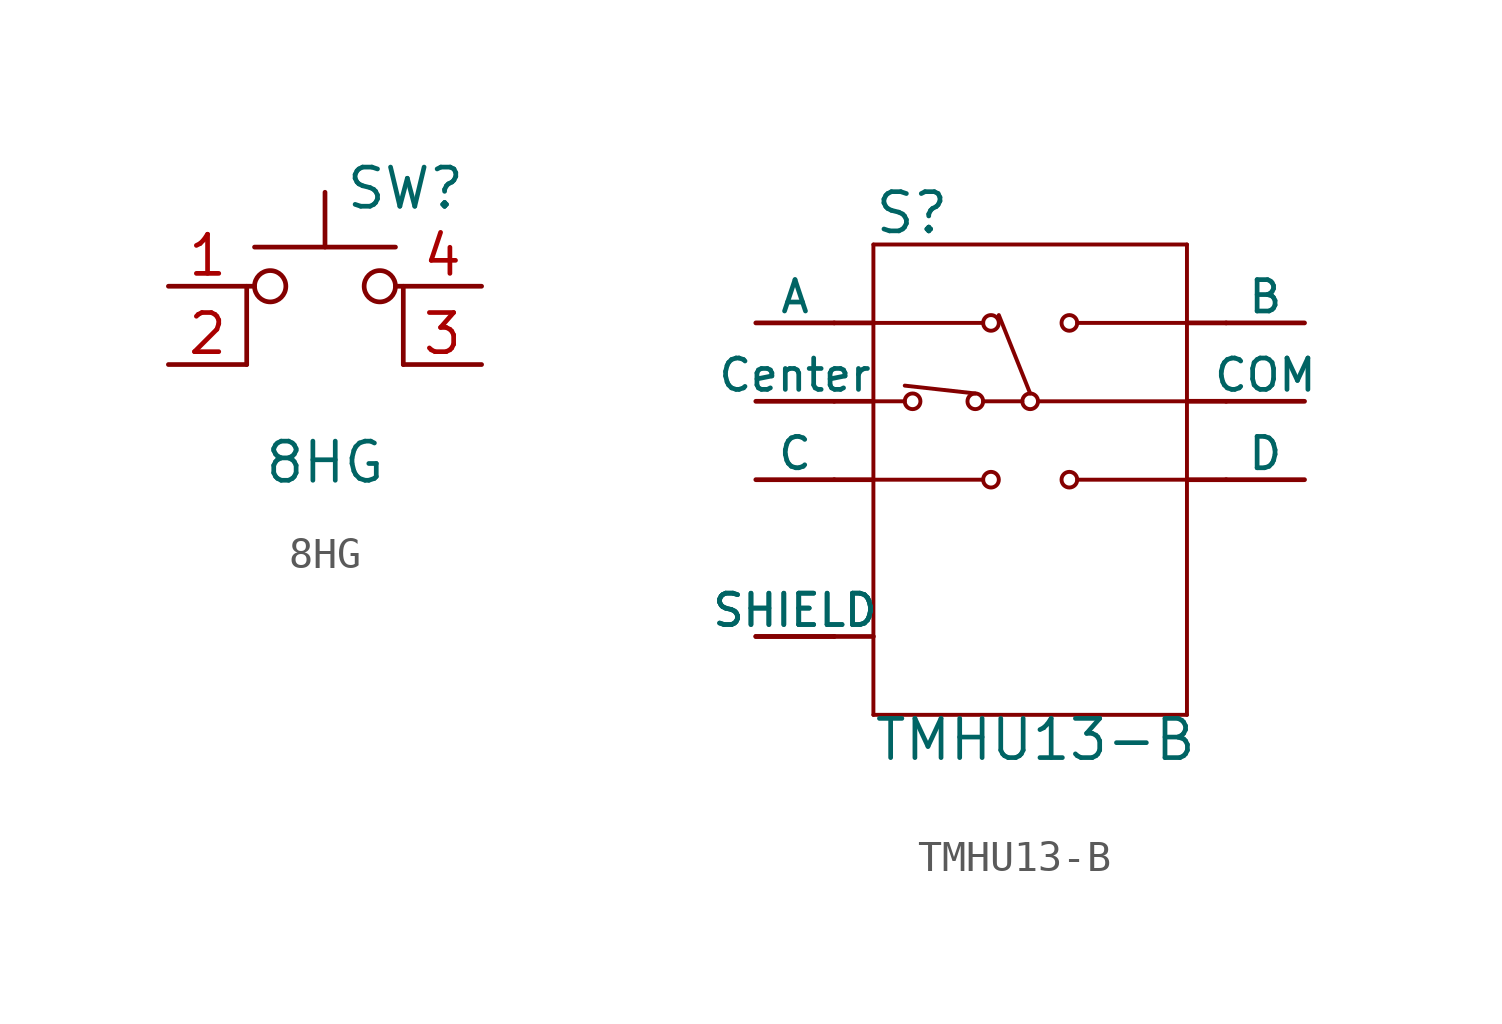
<source format=kicad_sym>
(kicad_symbol_lib
  (version 20220914)
  (generator kicad_symbol_editor)
  (symbol "8HG"
    (pin_names
      (offset 1.016) hide)
    (property "Reference" "SW"
      (at 0.635 5.715 0)
      (effects (font (size 1.27 1.27)) (justify left)))
    (property "Value" "8HG"
      (at 0 -3.175 0)
      (effects (font (size 1.27 1.27))))
    (symbol "8HG_0_1"
      (circle (center -1.778 2.54) (radius 0.508) (stroke (width 0) (type default)) (fill (type none)))
      (polyline (pts (xy -2.286 3.81) (xy 2.286 3.81)) (stroke (width 0) (type default)) (fill (type none)))
      (polyline (pts (xy 0 3.81) (xy 0 5.588)) (stroke (width 0) (type default)) (fill (type none)))
      (polyline (pts (xy -2.54 0) (xy -2.54 2.54) (xy -2.286 2.54)) (stroke (width 0) (type default)) (fill (type none)))
      (polyline (pts (xy 2.54 0) (xy 2.54 2.54) (xy 2.286 2.54)) (stroke (width 0) (type default)) (fill (type none)))
      (circle (center 1.778 2.54) (radius 0.508) (stroke (width 0) (type default)) (fill (type none)))
      (pin passive line (at -5.08 2.54 0) (length 2.54) (name "1" (effects (font (size 1.27 1.27)))) (number "1" (effects (font (size 1.27 1.27)))))
      (pin passive line (at -5.08 0 0) (length 2.54) (name "2" (effects (font (size 1.27 1.27)))) (number "2" (effects (font (size 1.27 1.27)))))
      (pin passive line (at 5.08 0 180) (length 2.54) (name "K" (effects (font (size 1.27 1.27)))) (number "3" (effects (font (size 1.27 1.27)))))
      (pin passive line (at 5.08 2.54 180) (length 2.54) (name "A" (effects (font (size 1.27 1.27)))) (number "4" (effects (font (size 1.27 1.27)))))))
  (symbol "TMHU13-B"
    (pin_numbers hide)
    (pin_names
      (offset 0))
    (property "Reference" "S"
      (at -5.08 7.899 0)
      (effects (font (size 1.27 1.27)) (justify left bottom)))
    (property "Value" "TMHU13-B"
      (at -5.105 -9.169 0)
      (effects (font (size 1.27 1.27)) (justify left bottom)))
    (symbol "TMHU13-B_0_0"
      (circle (center -3.81 2.54) (radius 0.254) (stroke (width 0.127) (type default)) (fill (type none)))
      (circle (center -1.778 2.54) (radius 0.254) (stroke (width 0.127) (type default)) (fill (type none)))
      (circle (center -1.27 0) (radius 0.254) (stroke (width 0.127) (type default)) (fill (type none)))
      (circle (center -1.27 5.08) (radius 0.254) (stroke (width 0.127) (type default)) (fill (type none)))
      (polyline (pts (xy -5.08 -7.62) (xy 5.08 -7.62)) (stroke (width 0.127) (type default)) (fill (type none)))
      (polyline (pts (xy -5.08 0) (xy -5.08 -7.62)) (stroke (width 0.127) (type default)) (fill (type none)))
      (polyline (pts (xy -5.08 0) (xy -1.524 0)) (stroke (width 0.127) (type default)) (fill (type none)))
      (polyline (pts (xy -5.08 2.54) (xy -5.08 0)) (stroke (width 0.127) (type default)) (fill (type none)))
      (polyline (pts (xy -5.08 2.54) (xy -4.064 2.54)) (stroke (width 0.127) (type default)) (fill (type none)))
      (polyline (pts (xy -5.08 5.08) (xy -5.08 2.54)) (stroke (width 0.127) (type default)) (fill (type none)))
      (polyline (pts (xy -5.08 5.08) (xy -1.524 5.08)) (stroke (width 0.127) (type default)) (fill (type none)))
      (polyline (pts (xy -5.08 7.62) (xy -5.08 5.08)) (stroke (width 0.127) (type default)) (fill (type none)))
      (polyline (pts (xy -5.08 7.62) (xy 5.08 7.62)) (stroke (width 0.127) (type default)) (fill (type none)))
      (polyline (pts (xy -1.778 2.794) (xy -4.064 3.048)) (stroke (width 0.127) (type default)) (fill (type none)))
      (polyline (pts (xy -1.524 2.54) (xy -0.254 2.54)) (stroke (width 0.127) (type default)) (fill (type none)))
      (polyline (pts (xy 0 2.794) (xy -1.016 5.334)) (stroke (width 0.127) (type default)) (fill (type none)))
      (polyline (pts (xy 5.08 0) (xy 1.524 0)) (stroke (width 0.127) (type default)) (fill (type none)))
      (polyline (pts (xy 5.08 0) (xy 5.08 -7.62)) (stroke (width 0.127) (type default)) (fill (type none)))
      (polyline (pts (xy 5.08 2.54) (xy 0.254 2.54)) (stroke (width 0.127) (type default)) (fill (type none)))
      (polyline (pts (xy 5.08 2.54) (xy 5.08 0)) (stroke (width 0.127) (type default)) (fill (type none)))
      (polyline (pts (xy 5.08 5.08) (xy 1.524 5.08)) (stroke (width 0.127) (type default)) (fill (type none)))
      (polyline (pts (xy 5.08 5.08) (xy 5.08 2.54)) (stroke (width 0.127) (type default)) (fill (type none)))
      (polyline (pts (xy 5.08 7.62) (xy 5.08 5.08)) (stroke (width 0.127) (type default)) (fill (type none)))
      (circle (center 0 2.54) (radius 0.254) (stroke (width 0.127) (type default)) (fill (type none)))
      (circle (center 1.27 0) (radius 0.254) (stroke (width 0.127) (type default)) (fill (type none)))
      (circle (center 1.27 5.08) (radius 0.254) (stroke (width 0.127) (type default)) (fill (type none)))
      (pin passive line (at -8.89 5.08 0) (length 2.54) (name "A" (effects (font (size 1.016 1.016)))) (number "1" (effects (font (size 1.016 1.016)))))
      (pin passive line (at -8.89 2.54 0) (length 2.54) (name "Center" (effects (font (size 1.016 1.016)))) (number "2" (effects (font (size 1.016 1.016)))))
      (pin passive line (at -8.89 0 0) (length 2.54) (name "C" (effects (font (size 1.016 1.016)))) (number "3" (effects (font (size 1.016 1.016)))))
      (pin passive line (at 8.89 5.08 180) (length 2.54) (name "B" (effects (font (size 1.016 1.016)))) (number "4" (effects (font (size 1.016 1.016)))))
      (pin passive line (at 8.89 2.54 180) (length 2.54) (name "COM" (effects (font (size 1.016 1.016)))) (number "5" (effects (font (size 1.016 1.016)))))
      (pin passive line (at 8.89 0 180) (length 2.54) (name "D" (effects (font (size 1.016 1.016)))) (number "6" (effects (font (size 1.016 1.016)))))
      (pin passive line (at -8.89 -5.08 0) (length 2.54) (name "SHIELD" (effects (font (size 1.016 1.016)))) (number "SH1" (effects (font (size 1.016 1.016)))))
      (pin passive line (at -8.89 -5.08 0) (length 2.54) (name "SHIELD" (effects (font (size 1.016 1.016)))) (number "SH2" (effects (font (size 1.016 1.016))))))
    (symbol "TMHU13-B_0_1"
      (polyline (pts (xy -6.35 -5.08) (xy -5.08 -5.08)) (stroke (width 0) (type default)) (fill (type none)))
      (polyline (pts (xy -6.35 0) (xy -5.08 0)) (stroke (width 0) (type default)) (fill (type none)))
      (polyline (pts (xy -6.35 2.54) (xy -5.08 2.54)) (stroke (width 0) (type default)) (fill (type none)))
      (polyline (pts (xy -6.35 5.08) (xy -5.08 5.08)) (stroke (width 0) (type default)) (fill (type none)))
      (polyline (pts (xy 5.08 0) (xy 6.35 0)) (stroke (width 0) (type default)) (fill (type none)))
      (polyline (pts (xy 5.08 2.54) (xy 6.35 2.54)) (stroke (width 0) (type default)) (fill (type none)))
      (polyline (pts (xy 5.08 5.08) (xy 6.35 5.08)) (stroke (width 0) (type default)) (fill (type none))))))
</source>
